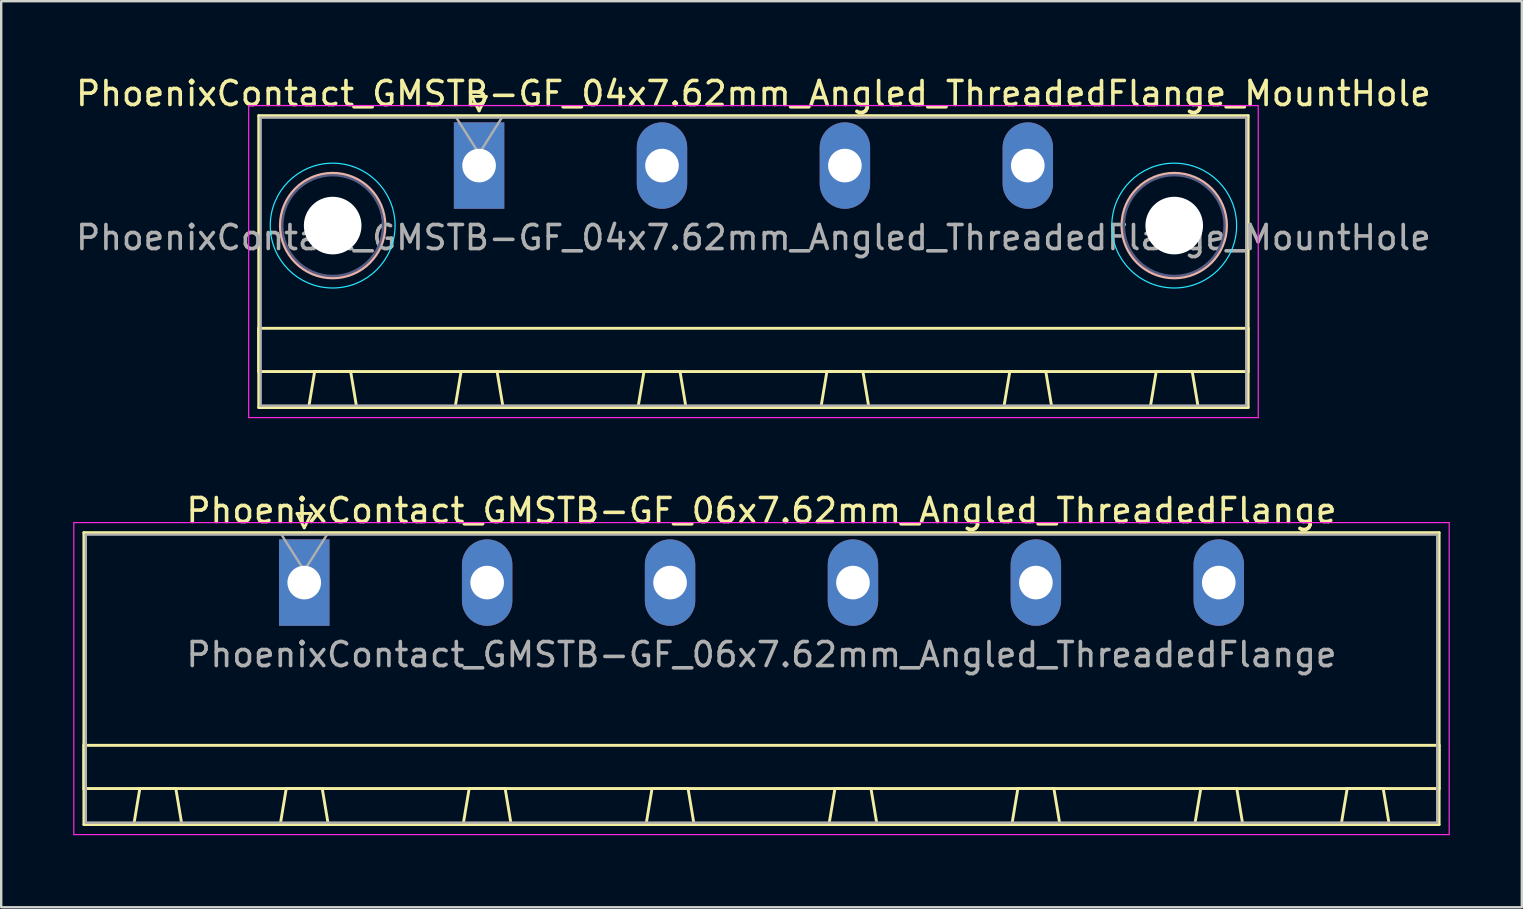
<source format=kicad_pcb>
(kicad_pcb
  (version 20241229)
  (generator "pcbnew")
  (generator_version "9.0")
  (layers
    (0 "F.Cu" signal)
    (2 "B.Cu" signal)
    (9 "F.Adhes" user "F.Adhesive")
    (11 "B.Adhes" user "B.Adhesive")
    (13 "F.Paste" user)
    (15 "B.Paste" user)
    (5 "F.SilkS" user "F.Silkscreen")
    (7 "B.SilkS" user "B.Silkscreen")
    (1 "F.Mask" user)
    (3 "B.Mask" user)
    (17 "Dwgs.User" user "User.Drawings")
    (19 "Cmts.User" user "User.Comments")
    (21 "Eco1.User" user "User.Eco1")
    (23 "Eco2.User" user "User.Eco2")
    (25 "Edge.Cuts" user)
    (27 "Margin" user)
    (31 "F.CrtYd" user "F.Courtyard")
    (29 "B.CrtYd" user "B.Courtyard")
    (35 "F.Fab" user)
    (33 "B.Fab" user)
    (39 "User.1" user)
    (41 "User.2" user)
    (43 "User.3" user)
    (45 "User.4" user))
  (footprint "PhoenixContact_GMSTB-GF_04x7.62mm_Angled_ThreadedFlange_MountHole"
    (layer "F.Cu")
    (at 16.909 3.848)
    (property "Reference" "PhoenixContact_GMSTB-GF_04x7.62mm_Angled_ThreadedFlange_MountHole" (at 11.43 -3 0) (layer "F.SilkS") (effects (font (size 1 1) (thickness 0.15))))
    (attr through_hole)
    (fp_line (start -9.18 -2.08) (end -9.18 10.08) (stroke (width 0.12) (type solid)) (layer "F.SilkS"))
    (fp_line (start -9.18 6.78) (end 32.04 6.78) (stroke (width 0.12) (type solid)) (layer "F.SilkS"))
    (fp_line (start -9.18 8.58) (end -9.18 6.78) (stroke (width 0.12) (type solid)) (layer "F.SilkS"))
    (fp_line (start -9.18 10.08) (end 32.04 10.08) (stroke (width 0.12) (type solid)) (layer "F.SilkS"))
    (fp_line (start -7.1 10.08) (end -5.1 10.08) (stroke (width 0.12) (type solid)) (layer "F.SilkS"))
    (fp_line (start -6.85 8.58) (end -7.1 10.08) (stroke (width 0.12) (type solid)) (layer "F.SilkS"))
    (fp_line (start -5.35 8.58) (end -6.85 8.58) (stroke (width 0.12) (type solid)) (layer "F.SilkS"))
    (fp_line (start -5.1 10.08) (end -5.35 8.58) (stroke (width 0.12) (type solid)) (layer "F.SilkS"))
    (fp_line (start -1 10.08) (end 1 10.08) (stroke (width 0.12) (type solid)) (layer "F.SilkS"))
    (fp_line (start -0.75 8.58) (end -1 10.08) (stroke (width 0.12) (type solid)) (layer "F.SilkS"))
    (fp_line (start -0.3 -2.88) (end 0.3 -2.88) (stroke (width 0.12) (type solid)) (layer "F.SilkS"))
    (fp_line (start 0 -2.28) (end -0.3 -2.88) (stroke (width 0.12) (type solid)) (layer "F.SilkS"))
    (fp_line (start 0.3 -2.88) (end 0 -2.28) (stroke (width 0.12) (type solid)) (layer "F.SilkS"))
    (fp_line (start 0.75 8.58) (end -0.75 8.58) (stroke (width 0.12) (type solid)) (layer "F.SilkS"))
    (fp_line (start 1 10.08) (end 0.75 8.58) (stroke (width 0.12) (type solid)) (layer "F.SilkS"))
    (fp_line (start 6.62 10.08) (end 8.62 10.08) (stroke (width 0.12) (type solid)) (layer "F.SilkS"))
    (fp_line (start 6.87 8.58) (end 6.62 10.08) (stroke (width 0.12) (type solid)) (layer "F.SilkS"))
    (fp_line (start 8.37 8.58) (end 6.87 8.58) (stroke (width 0.12) (type solid)) (layer "F.SilkS"))
    (fp_line (start 8.62 10.08) (end 8.37 8.58) (stroke (width 0.12) (type solid)) (layer "F.SilkS"))
    (fp_line (start 14.24 10.08) (end 16.24 10.08) (stroke (width 0.12) (type solid)) (layer "F.SilkS"))
    (fp_line (start 14.49 8.58) (end 14.24 10.08) (stroke (width 0.12) (type solid)) (layer "F.SilkS"))
    (fp_line (start 15.99 8.58) (end 14.49 8.58) (stroke (width 0.12) (type solid)) (layer "F.SilkS"))
    (fp_line (start 16.24 10.08) (end 15.99 8.58) (stroke (width 0.12) (type solid)) (layer "F.SilkS"))
    (fp_line (start 21.86 10.08) (end 23.86 10.08) (stroke (width 0.12) (type solid)) (layer "F.SilkS"))
    (fp_line (start 22.11 8.58) (end 21.86 10.08) (stroke (width 0.12) (type solid)) (layer "F.SilkS"))
    (fp_line (start 23.61 8.58) (end 22.11 8.58) (stroke (width 0.12) (type solid)) (layer "F.SilkS"))
    (fp_line (start 23.86 10.08) (end 23.61 8.58) (stroke (width 0.12) (type solid)) (layer "F.SilkS"))
    (fp_line (start 27.96 10.08) (end 29.96 10.08) (stroke (width 0.12) (type solid)) (layer "F.SilkS"))
    (fp_line (start 28.21 8.58) (end 27.96 10.08) (stroke (width 0.12) (type solid)) (layer "F.SilkS"))
    (fp_line (start 29.71 8.58) (end 28.21 8.58) (stroke (width 0.12) (type solid)) (layer "F.SilkS"))
    (fp_line (start 29.96 10.08) (end 29.71 8.58) (stroke (width 0.12) (type solid)) (layer "F.SilkS"))
    (fp_line (start 32.04 -2.08) (end -9.18 -2.08) (stroke (width 0.12) (type solid)) (layer "F.SilkS"))
    (fp_line (start 32.04 6.78) (end 32.04 8.58) (stroke (width 0.12) (type solid)) (layer "F.SilkS"))
    (fp_line (start 32.04 8.58) (end -9.18 8.58) (stroke (width 0.12) (type solid)) (layer "F.SilkS"))
    (fp_line (start 32.04 10.08) (end 32.04 -2.08) (stroke (width 0.12) (type solid)) (layer "F.SilkS"))
    (fp_circle (center -6.1 2.5) (end -3.92 2.5) (stroke (width 0.12) (type solid)) (fill no) (layer "B.SilkS"))
    (fp_circle (center 28.96 2.5) (end 31.14 2.5) (stroke (width 0.12) (type solid)) (fill no) (layer "B.SilkS"))
    (fp_circle (center -6.1 2.5) (end -3.5 2.5) (stroke (width 0.05) (type solid)) (fill no) (layer "B.CrtYd"))
    (fp_circle (center 28.96 2.5) (end 31.56 2.5) (stroke (width 0.05) (type solid)) (fill no) (layer "B.CrtYd"))
    (fp_line (start -9.6 -2.5) (end -9.6 10.5) (stroke (width 0.05) (type solid)) (layer "F.CrtYd"))
    (fp_line (start -9.6 10.5) (end 32.46 10.5) (stroke (width 0.05) (type solid)) (layer "F.CrtYd"))
    (fp_line (start 32.46 -2.5) (end -9.6 -2.5) (stroke (width 0.05) (type solid)) (layer "F.CrtYd"))
    (fp_line (start 32.46 10.5) (end 32.46 -2.5) (stroke (width 0.05) (type solid)) (layer "F.CrtYd"))
    (fp_circle (center -6.1 2.5) (end -4 2.5) (stroke (width 0.1) (type solid)) (fill no) (layer "B.Fab"))
    (fp_circle (center 28.96 2.5) (end 31.06 2.5) (stroke (width 0.1) (type solid)) (fill no) (layer "B.Fab"))
    (fp_line (start -9.1 -2) (end -9.1 10) (stroke (width 0.1) (type solid)) (layer "F.Fab"))
    (fp_line (start -9.1 10) (end 31.96 10) (stroke (width 0.1) (type solid)) (layer "F.Fab"))
    (fp_line (start 0 -0.5) (end -0.95 -2) (stroke (width 0.1) (type solid)) (layer "F.Fab"))
    (fp_line (start 0.95 -2) (end 0 -0.5) (stroke (width 0.1) (type solid)) (layer "F.Fab"))
    (fp_line (start 31.96 -2) (end -9.1 -2) (stroke (width 0.1) (type solid)) (layer "F.Fab"))
    (fp_line (start 31.96 10) (end 31.96 -2) (stroke (width 0.1) (type solid)) (layer "F.Fab"))
    (fp_text user "${REFERENCE}" (at 11.43 3 0) (layer "F.Fab") (effects (font (size 1 1) (thickness 0.15))))
    (pad "" np_thru_hole circle (at -6.1 2.5) (size 2.4 2.4) (drill 2.4) (layers "*.Cu" "*.Mask"))
    (pad "" np_thru_hole circle (at 28.96 2.5) (size 2.4 2.4) (drill 2.4) (layers "*.Cu" "*.Mask"))
    (pad "1" thru_hole rect (at 0 0) (size 2.1 3.6) (drill 1.4) (layers "*.Cu" "*.Mask"))
    (pad "2" thru_hole oval (at 7.62 0) (size 2.1 3.6) (drill 1.4) (layers "*.Cu" "*.Mask"))
    (pad "3" thru_hole oval (at 15.24 0) (size 2.1 3.6) (drill 1.4) (layers "*.Cu" "*.Mask"))
    (pad "4" thru_hole oval (at 22.86 0) (size 2.1 3.6) (drill 1.4) (layers "*.Cu" "*.Mask")))
  (footprint "PhoenixContact_GMSTB-GF_06x7.62mm_Angled_ThreadedFlange"
    (layer "F.Cu")
    (at 9.625 21.221)
    (property "Reference" "PhoenixContact_GMSTB-GF_06x7.62mm_Angled_ThreadedFlange" (at 19.05 -3 0) (layer "F.SilkS") (effects (font (size 1 1) (thickness 0.15))))
    (attr through_hole)
    (fp_line (start -9.18 -2.08) (end -9.18 10.08) (stroke (width 0.12) (type solid)) (layer "F.SilkS"))
    (fp_line (start -9.18 6.78) (end 47.28 6.78) (stroke (width 0.12) (type solid)) (layer "F.SilkS"))
    (fp_line (start -9.18 8.58) (end -9.18 6.78) (stroke (width 0.12) (type solid)) (layer "F.SilkS"))
    (fp_line (start -9.18 10.08) (end 47.28 10.08) (stroke (width 0.12) (type solid)) (layer "F.SilkS"))
    (fp_line (start -7.1 10.08) (end -5.1 10.08) (stroke (width 0.12) (type solid)) (layer "F.SilkS"))
    (fp_line (start -6.85 8.58) (end -7.1 10.08) (stroke (width 0.12) (type solid)) (layer "F.SilkS"))
    (fp_line (start -5.35 8.58) (end -6.85 8.58) (stroke (width 0.12) (type solid)) (layer "F.SilkS"))
    (fp_line (start -5.1 10.08) (end -5.35 8.58) (stroke (width 0.12) (type solid)) (layer "F.SilkS"))
    (fp_line (start -1 10.08) (end 1 10.08) (stroke (width 0.12) (type solid)) (layer "F.SilkS"))
    (fp_line (start -0.75 8.58) (end -1 10.08) (stroke (width 0.12) (type solid)) (layer "F.SilkS"))
    (fp_line (start -0.3 -2.88) (end 0.3 -2.88) (stroke (width 0.12) (type solid)) (layer "F.SilkS"))
    (fp_line (start 0 -2.28) (end -0.3 -2.88) (stroke (width 0.12) (type solid)) (layer "F.SilkS"))
    (fp_line (start 0.3 -2.88) (end 0 -2.28) (stroke (width 0.12) (type solid)) (layer "F.SilkS"))
    (fp_line (start 0.75 8.58) (end -0.75 8.58) (stroke (width 0.12) (type solid)) (layer "F.SilkS"))
    (fp_line (start 1 10.08) (end 0.75 8.58) (stroke (width 0.12) (type solid)) (layer "F.SilkS"))
    (fp_line (start 6.62 10.08) (end 8.62 10.08) (stroke (width 0.12) (type solid)) (layer "F.SilkS"))
    (fp_line (start 6.87 8.58) (end 6.62 10.08) (stroke (width 0.12) (type solid)) (layer "F.SilkS"))
    (fp_line (start 8.37 8.58) (end 6.87 8.58) (stroke (width 0.12) (type solid)) (layer "F.SilkS"))
    (fp_line (start 8.62 10.08) (end 8.37 8.58) (stroke (width 0.12) (type solid)) (layer "F.SilkS"))
    (fp_line (start 14.24 10.08) (end 16.24 10.08) (stroke (width 0.12) (type solid)) (layer "F.SilkS"))
    (fp_line (start 14.49 8.58) (end 14.24 10.08) (stroke (width 0.12) (type solid)) (layer "F.SilkS"))
    (fp_line (start 15.99 8.58) (end 14.49 8.58) (stroke (width 0.12) (type solid)) (layer "F.SilkS"))
    (fp_line (start 16.24 10.08) (end 15.99 8.58) (stroke (width 0.12) (type solid)) (layer "F.SilkS"))
    (fp_line (start 21.86 10.08) (end 23.86 10.08) (stroke (width 0.12) (type solid)) (layer "F.SilkS"))
    (fp_line (start 22.11 8.58) (end 21.86 10.08) (stroke (width 0.12) (type solid)) (layer "F.SilkS"))
    (fp_line (start 23.61 8.58) (end 22.11 8.58) (stroke (width 0.12) (type solid)) (layer "F.SilkS"))
    (fp_line (start 23.86 10.08) (end 23.61 8.58) (stroke (width 0.12) (type solid)) (layer "F.SilkS"))
    (fp_line (start 29.48 10.08) (end 31.48 10.08) (stroke (width 0.12) (type solid)) (layer "F.SilkS"))
    (fp_line (start 29.73 8.58) (end 29.48 10.08) (stroke (width 0.12) (type solid)) (layer "F.SilkS"))
    (fp_line (start 31.23 8.58) (end 29.73 8.58) (stroke (width 0.12) (type solid)) (layer "F.SilkS"))
    (fp_line (start 31.48 10.08) (end 31.23 8.58) (stroke (width 0.12) (type solid)) (layer "F.SilkS"))
    (fp_line (start 37.1 10.08) (end 39.1 10.08) (stroke (width 0.12) (type solid)) (layer "F.SilkS"))
    (fp_line (start 37.35 8.58) (end 37.1 10.08) (stroke (width 0.12) (type solid)) (layer "F.SilkS"))
    (fp_line (start 38.85 8.58) (end 37.35 8.58) (stroke (width 0.12) (type solid)) (layer "F.SilkS"))
    (fp_line (start 39.1 10.08) (end 38.85 8.58) (stroke (width 0.12) (type solid)) (layer "F.SilkS"))
    (fp_line (start 43.2 10.08) (end 45.2 10.08) (stroke (width 0.12) (type solid)) (layer "F.SilkS"))
    (fp_line (start 43.45 8.58) (end 43.2 10.08) (stroke (width 0.12) (type solid)) (layer "F.SilkS"))
    (fp_line (start 44.95 8.58) (end 43.45 8.58) (stroke (width 0.12) (type solid)) (layer "F.SilkS"))
    (fp_line (start 45.2 10.08) (end 44.95 8.58) (stroke (width 0.12) (type solid)) (layer "F.SilkS"))
    (fp_line (start 47.28 -2.08) (end -9.18 -2.08) (stroke (width 0.12) (type solid)) (layer "F.SilkS"))
    (fp_line (start 47.28 6.78) (end 47.28 8.58) (stroke (width 0.12) (type solid)) (layer "F.SilkS"))
    (fp_line (start 47.28 8.58) (end -9.18 8.58) (stroke (width 0.12) (type solid)) (layer "F.SilkS"))
    (fp_line (start 47.28 10.08) (end 47.28 -2.08) (stroke (width 0.12) (type solid)) (layer "F.SilkS"))
    (fp_line (start -9.6 -2.5) (end -9.6 10.5) (stroke (width 0.05) (type solid)) (layer "F.CrtYd"))
    (fp_line (start -9.6 10.5) (end 47.7 10.5) (stroke (width 0.05) (type solid)) (layer "F.CrtYd"))
    (fp_line (start 47.7 -2.5) (end -9.6 -2.5) (stroke (width 0.05) (type solid)) (layer "F.CrtYd"))
    (fp_line (start 47.7 10.5) (end 47.7 -2.5) (stroke (width 0.05) (type solid)) (layer "F.CrtYd"))
    (fp_line (start -9.1 -2) (end -9.1 10) (stroke (width 0.1) (type solid)) (layer "F.Fab"))
    (fp_line (start -9.1 10) (end 47.2 10) (stroke (width 0.1) (type solid)) (layer "F.Fab"))
    (fp_line (start 0 -0.5) (end -0.95 -2) (stroke (width 0.1) (type solid)) (layer "F.Fab"))
    (fp_line (start 0.95 -2) (end 0 -0.5) (stroke (width 0.1) (type solid)) (layer "F.Fab"))
    (fp_line (start 47.2 -2) (end -9.1 -2) (stroke (width 0.1) (type solid)) (layer "F.Fab"))
    (fp_line (start 47.2 10) (end 47.2 -2) (stroke (width 0.1) (type solid)) (layer "F.Fab"))
    (fp_text user "${REFERENCE}" (at 19.05 3 0) (layer "F.Fab") (effects (font (size 1 1) (thickness 0.15))))
    (pad "1" thru_hole rect (at 0 0) (size 2.1 3.6) (drill 1.4) (layers "*.Cu" "*.Mask"))
    (pad "2" thru_hole oval (at 7.62 0) (size 2.1 3.6) (drill 1.4) (layers "*.Cu" "*.Mask"))
    (pad "3" thru_hole oval (at 15.24 0) (size 2.1 3.6) (drill 1.4) (layers "*.Cu" "*.Mask"))
    (pad "4" thru_hole oval (at 22.86 0) (size 2.1 3.6) (drill 1.4) (layers "*.Cu" "*.Mask"))
    (pad "5" thru_hole oval (at 30.48 0) (size 2.1 3.6) (drill 1.4) (layers "*.Cu" "*.Mask"))
    (pad "6" thru_hole oval (at 38.1 0) (size 2.1 3.6) (drill 1.4) (layers "*.Cu" "*.Mask")))
  (gr_rect
    (start -3 -3)
    (end 60.35 34.746)
    (stroke (width 0.1) (type default))
    (fill no)
    (layer "Edge.Cuts")))
</source>
